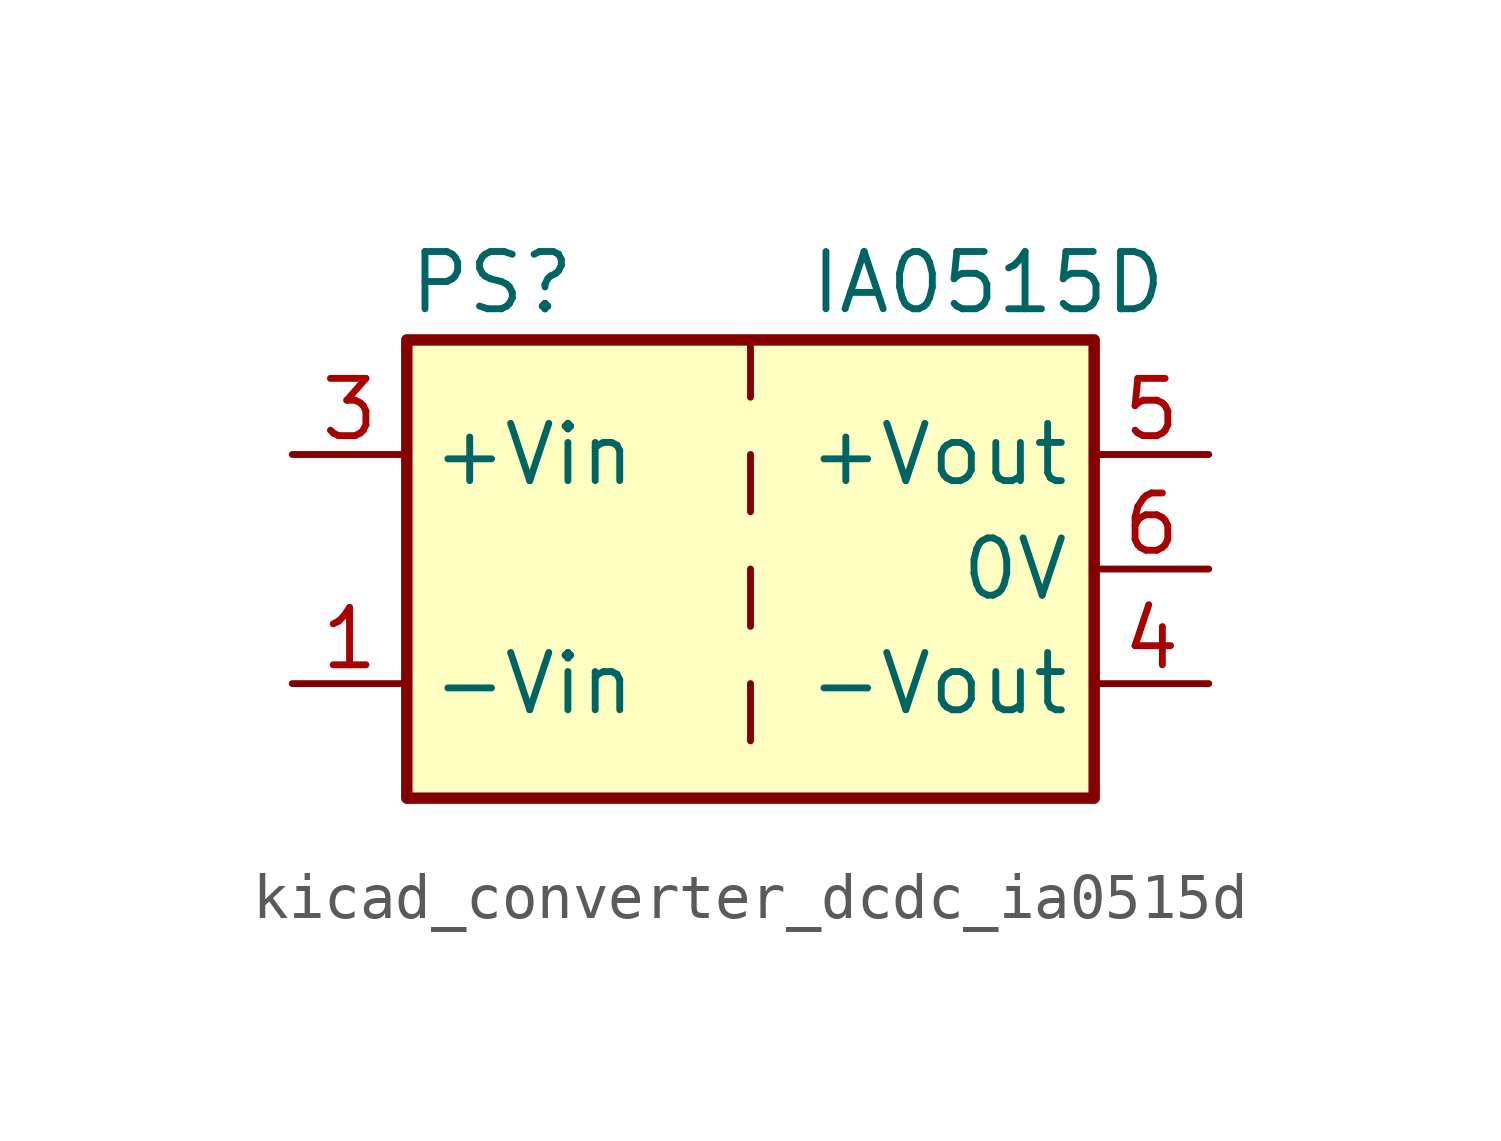
<source format=kicad_sym>
(kicad_symbol_lib
  (version 20220914)
  (generator kicad_symbol_editor)
  (symbol "kicad_converter_dcdc_ia0515d"
    (property "Reference" "PS"
      (at -7.62 6.35 0)
      (effects (font (size 1.27 1.27)) (justify left)))
    (property "Value" "IA0515D"
      (at 1.27 6.35 0)
      (effects (font (size 1.27 1.27)) (justify left)))
    (symbol "kicad_converter_dcdc_ia0515d_0_0"
      (pin power_in line (at -10.16 -2.54 0) (length 2.54) (name "-Vin" (effects (font (size 1.27 1.27)))) (number "1" (effects (font (size 1.27 1.27)))))
      (pin power_in line (at -10.16 2.54 0) (length 2.54) (name "+Vin" (effects (font (size 1.27 1.27)))) (number "3" (effects (font (size 1.27 1.27)))))
      (pin power_out line (at 10.16 -2.54 180) (length 2.54) (name "-Vout" (effects (font (size 1.27 1.27)))) (number "4" (effects (font (size 1.27 1.27)))))
      (pin power_out line (at 10.16 2.54 180) (length 2.54) (name "+Vout" (effects (font (size 1.27 1.27)))) (number "5" (effects (font (size 1.27 1.27)))))
      (pin power_out line (at 10.16 0 180) (length 2.54) (name "0V" (effects (font (size 1.27 1.27)))) (number "6" (effects (font (size 1.27 1.27))))))
    (symbol "kicad_converter_dcdc_ia0515d_0_1"
      (rectangle (start -7.62 5.08) (end 7.62 -5.08) (stroke (width 0.254) (type default)) (fill (type background)))
      (polyline (pts (xy 0 -2.54) (xy 0 -3.81)) (stroke (width 0) (type default)) (fill (type none)))
      (polyline (pts (xy 0 0) (xy 0 -1.27)) (stroke (width 0) (type default)) (fill (type none)))
      (polyline (pts (xy 0 2.54) (xy 0 1.27)) (stroke (width 0) (type default)) (fill (type none)))
      (polyline (pts (xy 0 5.08) (xy 0 3.81)) (stroke (width 0) (type default)) (fill (type none))))
    (symbol "kicad_converter_dcdc_ia0515d_1_1"
      (pin no_connect line (at 0 -5.08 90) (length 2.54) hide (name "NC" (effects (font (size 1.27 1.27)))) (number "2" (effects (font (size 1.27 1.27))))))))
</source>
